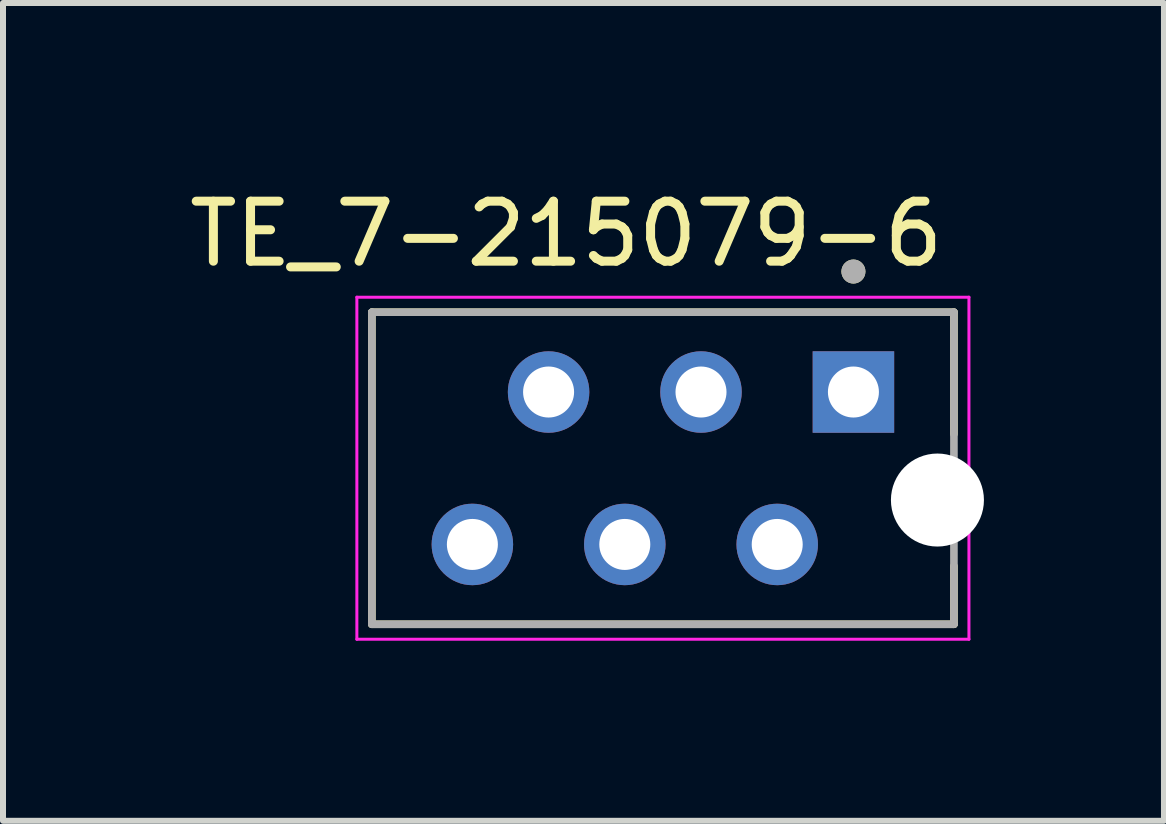
<source format=kicad_pcb>
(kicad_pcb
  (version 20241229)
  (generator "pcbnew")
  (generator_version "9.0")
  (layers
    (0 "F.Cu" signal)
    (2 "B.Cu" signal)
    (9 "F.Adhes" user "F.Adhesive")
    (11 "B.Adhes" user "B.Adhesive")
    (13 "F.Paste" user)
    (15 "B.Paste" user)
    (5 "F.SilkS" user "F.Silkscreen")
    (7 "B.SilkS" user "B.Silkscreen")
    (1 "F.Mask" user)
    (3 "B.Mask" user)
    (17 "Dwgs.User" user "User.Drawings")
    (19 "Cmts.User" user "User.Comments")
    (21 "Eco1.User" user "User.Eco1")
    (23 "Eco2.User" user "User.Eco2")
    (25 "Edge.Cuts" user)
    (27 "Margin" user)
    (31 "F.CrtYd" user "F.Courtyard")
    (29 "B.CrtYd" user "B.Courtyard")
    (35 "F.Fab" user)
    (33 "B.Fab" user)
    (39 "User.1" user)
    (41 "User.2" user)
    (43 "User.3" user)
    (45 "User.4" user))
  (footprint "TE_7-215079-6"
    (layer "F.Cu")
    (at 11.172 3.483)
    (property "Reference" "TE_7-215079-6" (at -4.785 -2.635 0) (layer "F.SilkS") (effects (font (size 1 1) (thickness 0.15))))
    (attr through_hole)
    (fp_line (start -8.025 -1.33) (end 1.675 -1.33) (stroke (width 0.127) (type solid)) (layer "F.SilkS"))
    (fp_line (start -8.025 3.87) (end -8.025 -1.33) (stroke (width 0.127) (type solid)) (layer "F.SilkS"))
    (fp_line (start 1.675 -1.33) (end 1.675 0.7) (stroke (width 0.127) (type solid)) (layer "F.SilkS"))
    (fp_line (start 1.675 2.9) (end 1.675 3.87) (stroke (width 0.127) (type solid)) (layer "F.SilkS"))
    (fp_line (start 1.675 3.87) (end -8.025 3.87) (stroke (width 0.127) (type solid)) (layer "F.SilkS"))
    (fp_circle (center 0 -2.008) (end 0.1 -2.008) (stroke (width 0.2) (type solid)) (fill no) (layer "F.SilkS"))
    (fp_line (start -8.275 -1.58) (end 1.925 -1.58) (stroke (width 0.05) (type solid)) (layer "F.CrtYd"))
    (fp_line (start -8.275 4.12) (end -8.275 -1.58) (stroke (width 0.05) (type solid)) (layer "F.CrtYd"))
    (fp_line (start 1.925 -1.58) (end 1.925 4.12) (stroke (width 0.05) (type solid)) (layer "F.CrtYd"))
    (fp_line (start 1.925 4.12) (end -8.275 4.12) (stroke (width 0.05) (type solid)) (layer "F.CrtYd"))
    (fp_line (start -8.025 -1.33) (end 1.675 -1.33) (stroke (width 0.127) (type solid)) (layer "F.Fab"))
    (fp_line (start -8.025 3.87) (end -8.025 -1.33) (stroke (width 0.127) (type solid)) (layer "F.Fab"))
    (fp_line (start 1.675 -1.33) (end 1.675 3.87) (stroke (width 0.127) (type solid)) (layer "F.Fab"))
    (fp_line (start 1.675 3.87) (end -8.025 3.87) (stroke (width 0.127) (type solid)) (layer "F.Fab"))
    (fp_circle (center 0 -2.008) (end 0.1 -2.008) (stroke (width 0.2) (type solid)) (fill no) (layer "F.Fab"))
    (pad "" np_thru_hole circle (at 1.4 1.8) (size 1.55 1.55) (drill 1.55) (layers "*.Cu" "*.Mask"))
    (pad "1" thru_hole rect (at 0 0) (size 1.358 1.358) (drill 0.85) (layers "*.Cu" "*.Mask"))
    (pad "2" thru_hole circle (at -1.27 2.54) (size 1.358 1.358) (drill 0.85) (layers "*.Cu" "*.Mask"))
    (pad "3" thru_hole circle (at -2.54 0) (size 1.358 1.358) (drill 0.85) (layers "*.Cu" "*.Mask"))
    (pad "4" thru_hole circle (at -3.81 2.54) (size 1.358 1.358) (drill 0.85) (layers "*.Cu" "*.Mask"))
    (pad "5" thru_hole circle (at -5.08 0) (size 1.358 1.358) (drill 0.85) (layers "*.Cu" "*.Mask"))
    (pad "6" thru_hole circle (at -6.35 2.54) (size 1.358 1.358) (drill 0.85) (layers "*.Cu" "*.Mask")))
  (gr_rect
    (start -3 -3)
    (end 16.347 10.628)
    (stroke (width 0.1) (type default))
    (fill no)
    (layer "Edge.Cuts")))
</source>
